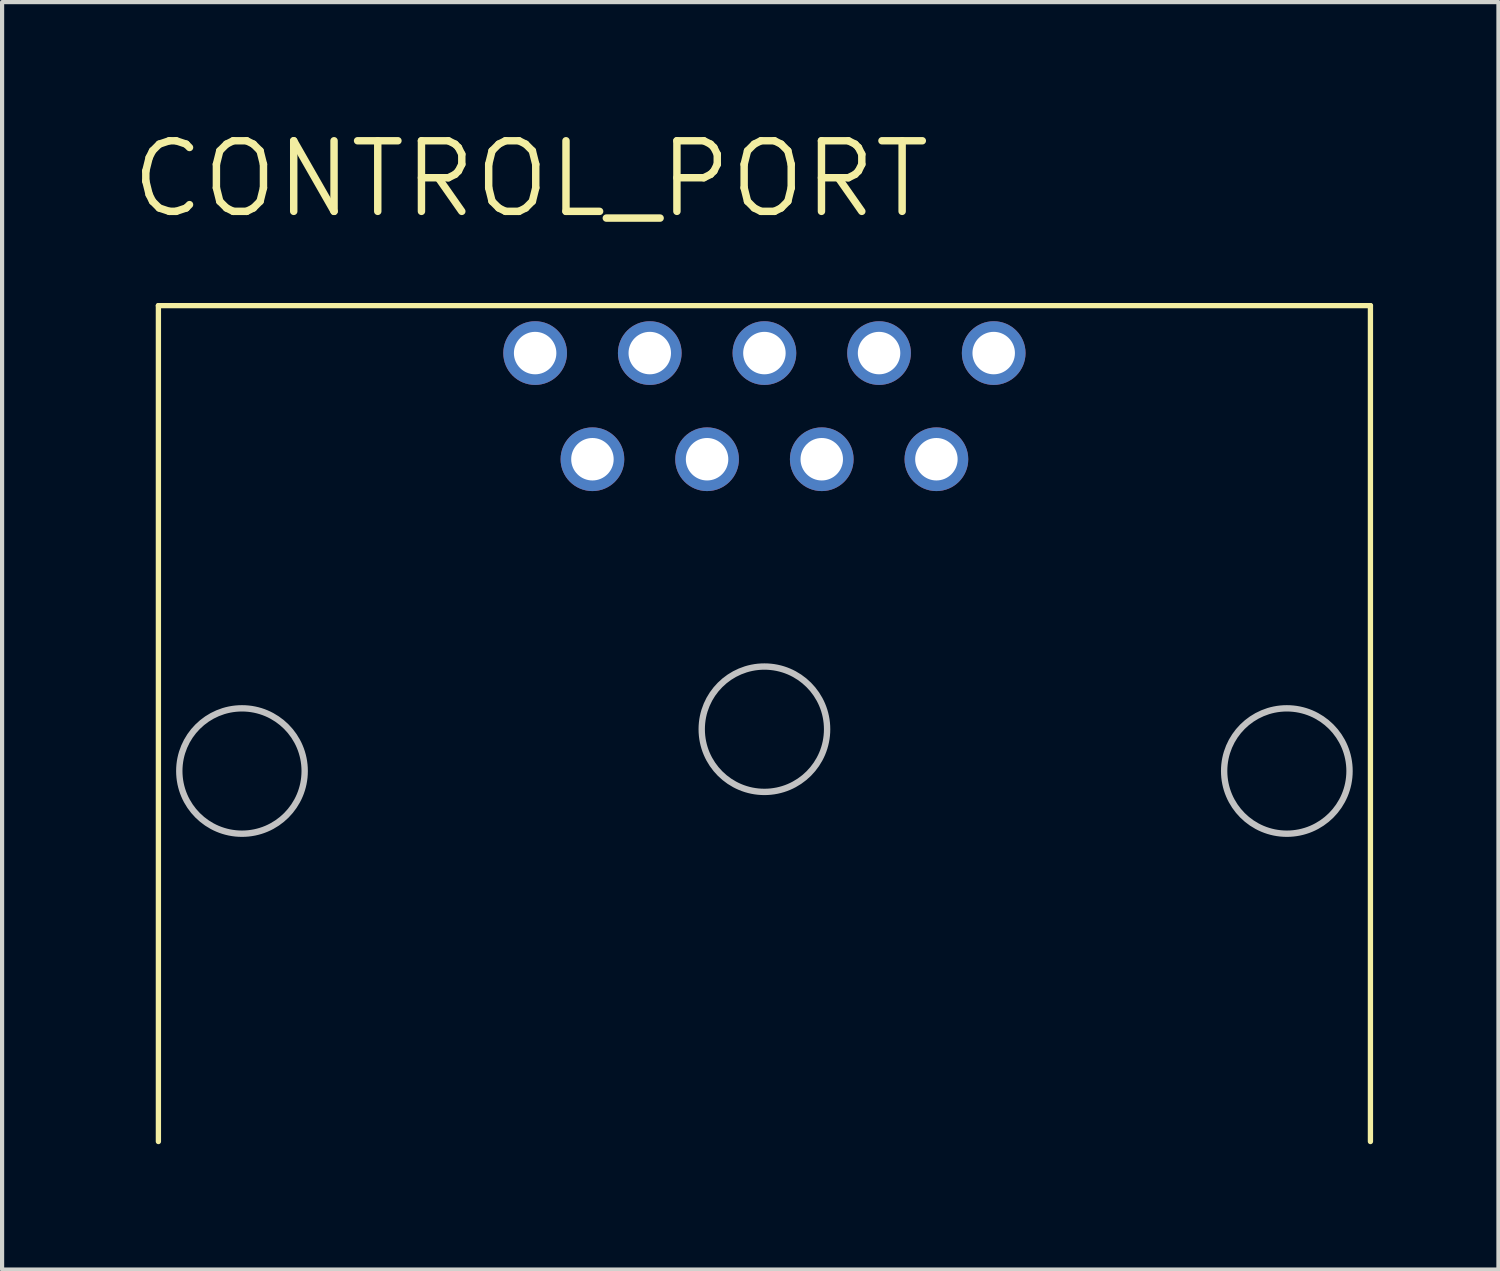
<source format=kicad_pcb>
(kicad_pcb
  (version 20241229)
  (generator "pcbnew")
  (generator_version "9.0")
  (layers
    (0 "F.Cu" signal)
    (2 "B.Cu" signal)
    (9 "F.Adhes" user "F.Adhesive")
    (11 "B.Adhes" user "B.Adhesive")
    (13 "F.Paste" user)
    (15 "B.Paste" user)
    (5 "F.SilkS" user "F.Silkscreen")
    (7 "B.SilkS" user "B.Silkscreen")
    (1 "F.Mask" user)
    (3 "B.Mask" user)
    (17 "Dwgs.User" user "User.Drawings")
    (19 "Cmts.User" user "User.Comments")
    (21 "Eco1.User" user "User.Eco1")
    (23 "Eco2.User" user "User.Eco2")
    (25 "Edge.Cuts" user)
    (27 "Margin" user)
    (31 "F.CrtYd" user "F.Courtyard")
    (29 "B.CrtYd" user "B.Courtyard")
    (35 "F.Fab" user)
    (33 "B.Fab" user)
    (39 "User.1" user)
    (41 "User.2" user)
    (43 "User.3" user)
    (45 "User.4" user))
  (footprint "CONTROL_PORT"
    (layer "F.Cu")
    (at 15.24 6.668)
    (property "Reference" "CONTROL_PORT" (at -15.24 -4.445 0) (layer "F.SilkS") (effects (font (size 1.689 1.689) (thickness 0.178)) (justify left bottom)))
    (attr through_hole)
    (fp_line (start -14.5 -2.405) (end 14.5 -2.405) (stroke (width 0.127) (type solid)) (layer "F.SilkS"))
    (fp_line (start -14.5 17.595) (end -14.5 -2.405) (stroke (width 0.127) (type solid)) (layer "F.SilkS"))
    (fp_line (start 14.5 -2.405) (end 14.5 17.595) (stroke (width 0.127) (type solid)) (layer "F.SilkS"))
    (fp_circle (center -12.5 8.73) (end -11 8.73) (stroke (width 0.152) (type solid)) (fill no) (layer "Dwgs.User"))
    (fp_circle (center 0 7.73) (end 1.5 7.73) (stroke (width 0.152) (type solid)) (fill no) (layer "Dwgs.User"))
    (fp_circle (center 12.5 8.73) (end 14 8.73) (stroke (width 0.152) (type solid)) (fill no) (layer "Dwgs.User"))
    (pad "1" thru_hole circle (at -5.486 -1.27) (size 1.524 1.524) (drill 1.016) (layers "*.Cu" "*.Mask"))
    (pad "2" thru_hole circle (at -2.743 -1.27) (size 1.524 1.524) (drill 1.016) (layers "*.Cu" "*.Mask"))
    (pad "3" thru_hole circle (at 0 -1.27) (size 1.524 1.524) (drill 1.016) (layers "*.Cu" "*.Mask"))
    (pad "4" thru_hole circle (at 2.743 -1.27) (size 1.524 1.524) (drill 1.016) (layers "*.Cu" "*.Mask"))
    (pad "5" thru_hole circle (at 5.486 -1.27) (size 1.524 1.524) (drill 1.016) (layers "*.Cu" "*.Mask"))
    (pad "6" thru_hole circle (at -4.115 1.27) (size 1.524 1.524) (drill 1.016) (layers "*.Cu" "*.Mask"))
    (pad "7" thru_hole circle (at -1.372 1.27) (size 1.524 1.524) (drill 1.016) (layers "*.Cu" "*.Mask"))
    (pad "8" thru_hole circle (at 1.372 1.27) (size 1.524 1.524) (drill 1.016) (layers "*.Cu" "*.Mask"))
    (pad "9" thru_hole circle (at 4.115 1.27) (size 1.524 1.524) (drill 1.016) (layers "*.Cu" "*.Mask")))
  (gr_rect
    (start -3 -3)
    (end 32.803 27.326)
    (stroke (width 0.1) (type default))
    (fill no)
    (layer "Edge.Cuts")))
</source>
